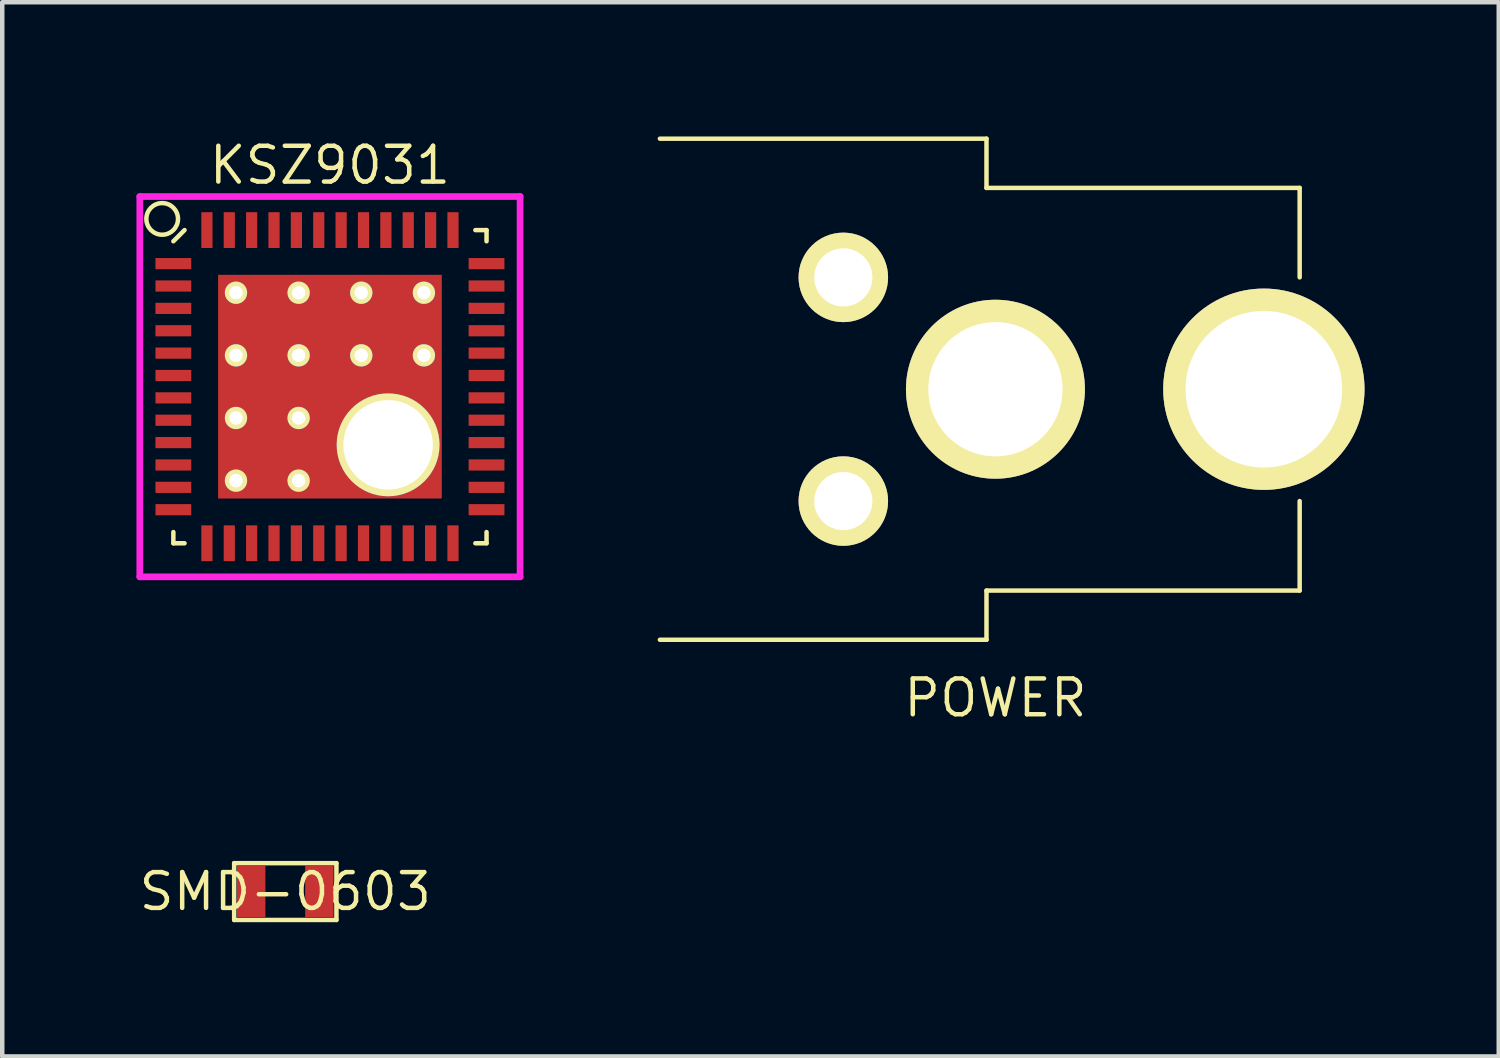
<source format=kicad_pcb>
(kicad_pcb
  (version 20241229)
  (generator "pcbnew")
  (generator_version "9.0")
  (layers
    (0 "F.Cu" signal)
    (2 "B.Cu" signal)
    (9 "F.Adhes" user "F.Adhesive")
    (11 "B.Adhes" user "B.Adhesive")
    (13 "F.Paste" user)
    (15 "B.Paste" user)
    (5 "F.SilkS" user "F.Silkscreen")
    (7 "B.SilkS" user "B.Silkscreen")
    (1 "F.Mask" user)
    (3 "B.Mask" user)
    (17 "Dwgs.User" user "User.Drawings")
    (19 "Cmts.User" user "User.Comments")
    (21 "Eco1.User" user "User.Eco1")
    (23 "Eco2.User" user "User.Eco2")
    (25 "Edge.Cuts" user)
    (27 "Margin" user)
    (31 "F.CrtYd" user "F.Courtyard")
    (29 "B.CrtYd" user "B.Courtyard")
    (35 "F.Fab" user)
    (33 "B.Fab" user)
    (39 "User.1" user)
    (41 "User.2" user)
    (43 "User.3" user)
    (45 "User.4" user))
  (footprint "POWER"
    (layer "F.Cu")
    (at 19.2 5.65)
    (property "Reference" "POWER" (at 0 6.9 0) (layer "F.SilkS") (effects (font (size 0.8 0.8) (thickness 0.1))))
    (attr through_hole)
    (fp_line (start -0.2 -5.6) (end -7.5 -5.6) (stroke (width 0.1) (type solid)) (layer "F.SilkS"))
    (fp_line (start -0.2 -4.5) (end -0.2 -5.6) (stroke (width 0.1) (type solid)) (layer "F.SilkS"))
    (fp_line (start -0.2 -4.5) (end 6.8 -4.5) (stroke (width 0.1) (type solid)) (layer "F.SilkS"))
    (fp_line (start -0.2 4.5) (end -0.2 5.6) (stroke (width 0.1) (type solid)) (layer "F.SilkS"))
    (fp_line (start -0.2 5.6) (end -7.5 5.6) (stroke (width 0.1) (type solid)) (layer "F.SilkS"))
    (fp_line (start 6.8 -4.5) (end 6.8 -2.5) (stroke (width 0.1) (type solid)) (layer "F.SilkS"))
    (fp_line (start 6.8 2.5) (end 6.8 4.5) (stroke (width 0.1) (type solid)) (layer "F.SilkS"))
    (fp_line (start 6.8 4.5) (end -0.2 4.5) (stroke (width 0.1) (type solid)) (layer "F.SilkS"))
    (pad "1" thru_hole circle (at -3.4 2.5) (size 2 2) (drill 1.3) (layers "*.Cu" "*.Mask" "F.SilkS"))
    (pad "1" thru_hole circle (at 6 0) (size 4.5 4.5) (drill 3.5) (layers "*.Cu" "*.Mask" "F.SilkS"))
    (pad "2" thru_hole circle (at -3.4 -2.5) (size 2 2) (drill 1.3) (layers "*.Cu" "*.Mask" "F.SilkS"))
    (pad "2" thru_hole circle (at 0 0) (size 4 4) (drill 3) (layers "*.Cu" "*.Mask" "F.SilkS")))
  (footprint "KSZ9031"
    (layer "F.Cu")
    (at 4.325 5.593)
    (property "Reference" "KSZ9031" (at 0 -4.95 0) (layer "F.SilkS") (effects (font (size 0.8 0.8) (thickness 0.1))))
    (attr through_hole)
    (fp_line (start -3.5 -3.25) (end -3.25 -3.5) (stroke (width 0.1) (type solid)) (layer "F.SilkS"))
    (fp_line (start -3.5 3.5) (end -3.5 3.25) (stroke (width 0.1) (type solid)) (layer "F.SilkS"))
    (fp_line (start -3.25 3.5) (end -3.5 3.5) (stroke (width 0.1) (type solid)) (layer "F.SilkS"))
    (fp_line (start 3.25 -3.5) (end 3.5 -3.5) (stroke (width 0.1) (type solid)) (layer "F.SilkS"))
    (fp_line (start 3.25 3.5) (end 3.5 3.5) (stroke (width 0.1) (type solid)) (layer "F.SilkS"))
    (fp_line (start 3.5 -3.5) (end 3.5 -3.25) (stroke (width 0.1) (type solid)) (layer "F.SilkS"))
    (fp_line (start 3.5 3.5) (end 3.5 3.25) (stroke (width 0.1) (type solid)) (layer "F.SilkS"))
    (fp_circle (center -3.75 -3.75) (end -4 -4) (stroke (width 0.1) (type solid)) (fill no) (layer "F.SilkS"))
    (fp_line (start -4.25 -4.25) (end 4.25 -4.25) (stroke (width 0.15) (type solid)) (layer "F.CrtYd"))
    (fp_line (start -4.25 4.25) (end -4.25 -4.25) (stroke (width 0.15) (type solid)) (layer "F.CrtYd"))
    (fp_line (start 4.25 -4.25) (end 4.25 4.25) (stroke (width 0.15) (type solid)) (layer "F.CrtYd"))
    (fp_line (start 4.25 4.25) (end -4.25 4.25) (stroke (width 0.15) (type solid)) (layer "F.CrtYd"))
    (pad "1" smd rect (at -3.5 -2.75 90) (size 0.25 0.8) (layers "F.Cu" "F.Mask" "F.Paste"))
    (pad "2" smd rect (at -3.5 -2.25 90) (size 0.25 0.8) (layers "F.Cu" "F.Mask" "F.Paste"))
    (pad "3" smd rect (at -3.5 -1.75 90) (size 0.25 0.8) (layers "F.Cu" "F.Mask" "F.Paste"))
    (pad "4" smd rect (at -3.5 -1.25 90) (size 0.25 0.8) (layers "F.Cu" "F.Mask" "F.Paste"))
    (pad "5" smd rect (at -3.5 -0.75 90) (size 0.25 0.8) (layers "F.Cu" "F.Mask" "F.Paste"))
    (pad "6" smd rect (at -3.5 -0.25 90) (size 0.25 0.8) (layers "F.Cu" "F.Mask" "F.Paste"))
    (pad "7" smd rect (at -3.5 0.25 90) (size 0.25 0.8) (layers "F.Cu" "F.Mask" "F.Paste"))
    (pad "8" smd rect (at -3.5 0.75 90) (size 0.25 0.8) (layers "F.Cu" "F.Mask" "F.Paste"))
    (pad "9" smd rect (at -3.5 1.25 90) (size 0.25 0.8) (layers "F.Cu" "F.Mask" "F.Paste"))
    (pad "10" smd rect (at -3.5 1.75 90) (size 0.25 0.8) (layers "F.Cu" "F.Mask" "F.Paste"))
    (pad "11" smd rect (at -3.5 2.25 90) (size 0.25 0.8) (layers "F.Cu" "F.Mask" "F.Paste"))
    (pad "12" smd rect (at -3.5 2.75 90) (size 0.25 0.8) (layers "F.Cu" "F.Mask" "F.Paste"))
    (pad "13" smd rect (at -2.75 3.5) (size 0.25 0.8) (layers "F.Cu" "F.Mask" "F.Paste"))
    (pad "14" smd rect (at -2.25 3.5) (size 0.25 0.8) (layers "F.Cu" "F.Mask" "F.Paste"))
    (pad "15" smd rect (at -1.75 3.5) (size 0.25 0.8) (layers "F.Cu" "F.Mask" "F.Paste"))
    (pad "16" smd rect (at -1.25 3.5) (size 0.25 0.8) (layers "F.Cu" "F.Mask" "F.Paste"))
    (pad "17" smd rect (at -0.75 3.5) (size 0.25 0.8) (layers "F.Cu" "F.Mask" "F.Paste"))
    (pad "18" smd rect (at -0.25 3.5) (size 0.25 0.8) (layers "F.Cu" "F.Mask" "F.Paste"))
    (pad "19" smd rect (at 0.25 3.5) (size 0.25 0.8) (layers "F.Cu" "F.Mask" "F.Paste"))
    (pad "20" smd rect (at 0.75 3.5) (size 0.25 0.8) (layers "F.Cu" "F.Mask" "F.Paste"))
    (pad "21" smd rect (at 1.25 3.5) (size 0.25 0.8) (layers "F.Cu" "F.Mask" "F.Paste"))
    (pad "22" smd rect (at 1.75 3.5) (size 0.25 0.8) (layers "F.Cu" "F.Mask" "F.Paste"))
    (pad "23" smd rect (at 2.25 3.5) (size 0.25 0.8) (layers "F.Cu" "F.Mask" "F.Paste"))
    (pad "24" smd rect (at 2.75 3.5) (size 0.25 0.8) (layers "F.Cu" "F.Mask" "F.Paste"))
    (pad "25" smd rect (at 3.5 2.75 90) (size 0.25 0.8) (layers "F.Cu" "F.Mask" "F.Paste"))
    (pad "26" smd rect (at 3.5 2.25 90) (size 0.25 0.8) (layers "F.Cu" "F.Mask" "F.Paste"))
    (pad "27" smd rect (at 3.5 1.75 90) (size 0.25 0.8) (layers "F.Cu" "F.Mask" "F.Paste"))
    (pad "28" smd rect (at 3.5 1.25 90) (size 0.25 0.8) (layers "F.Cu" "F.Mask" "F.Paste"))
    (pad "29" smd rect (at 3.5 0.75 90) (size 0.25 0.8) (layers "F.Cu" "F.Mask" "F.Paste"))
    (pad "30" smd rect (at 3.5 0.25 90) (size 0.25 0.8) (layers "F.Cu" "F.Mask" "F.Paste"))
    (pad "31" smd rect (at 3.5 -0.25 90) (size 0.25 0.8) (layers "F.Cu" "F.Mask" "F.Paste"))
    (pad "32" smd rect (at 3.5 -0.75 90) (size 0.25 0.8) (layers "F.Cu" "F.Mask" "F.Paste"))
    (pad "33" smd rect (at 3.5 -1.25 90) (size 0.25 0.8) (layers "F.Cu" "F.Mask" "F.Paste"))
    (pad "34" smd rect (at 3.5 -1.75 90) (size 0.25 0.8) (layers "F.Cu" "F.Mask" "F.Paste"))
    (pad "35" smd rect (at 3.5 -2.25 90) (size 0.25 0.8) (layers "F.Cu" "F.Mask" "F.Paste"))
    (pad "36" smd rect (at 3.5 -2.75 90) (size 0.25 0.8) (layers "F.Cu" "F.Mask" "F.Paste"))
    (pad "37" smd rect (at 2.75 -3.5) (size 0.25 0.8) (layers "F.Cu" "F.Mask" "F.Paste"))
    (pad "38" smd rect (at 2.25 -3.5) (size 0.25 0.8) (layers "F.Cu" "F.Mask" "F.Paste"))
    (pad "39" smd rect (at 1.75 -3.5) (size 0.25 0.8) (layers "F.Cu" "F.Mask" "F.Paste"))
    (pad "40" smd rect (at 1.25 -3.5) (size 0.25 0.8) (layers "F.Cu" "F.Mask" "F.Paste"))
    (pad "41" smd rect (at 0.75 -3.5) (size 0.25 0.8) (layers "F.Cu" "F.Mask" "F.Paste"))
    (pad "42" smd rect (at 0.25 -3.5) (size 0.25 0.8) (layers "F.Cu" "F.Mask" "F.Paste"))
    (pad "43" smd rect (at -0.25 -3.5) (size 0.25 0.8) (layers "F.Cu" "F.Mask" "F.Paste"))
    (pad "44" smd rect (at -0.75 -3.5) (size 0.25 0.8) (layers "F.Cu" "F.Mask" "F.Paste"))
    (pad "45" smd rect (at -1.25 -3.5) (size 0.25 0.8) (layers "F.Cu" "F.Mask" "F.Paste"))
    (pad "46" smd rect (at -1.75 -3.5) (size 0.25 0.8) (layers "F.Cu" "F.Mask" "F.Paste"))
    (pad "47" smd rect (at -2.25 -3.5) (size 0.25 0.8) (layers "F.Cu" "F.Mask" "F.Paste"))
    (pad "48" smd rect (at -2.75 -3.5) (size 0.25 0.8) (layers "F.Cu" "F.Mask" "F.Paste"))
    (pad "49" thru_hole circle (at -2.1 -2.1) (size 0.5 0.5) (drill 0.3) (layers "*.Cu" "*.Mask" "F.SilkS"))
    (pad "49" thru_hole circle (at -2.1 -0.7) (size 0.5 0.5) (drill 0.3) (layers "*.Cu" "*.Mask" "F.SilkS"))
    (pad "49" thru_hole circle (at -2.1 0.7) (size 0.5 0.5) (drill 0.3) (layers "*.Cu" "*.Mask" "F.SilkS"))
    (pad "49" thru_hole circle (at -2.1 2.1) (size 0.5 0.5) (drill 0.3) (layers "*.Cu" "*.Mask" "F.SilkS"))
    (pad "49" thru_hole circle (at -0.7 -2.1) (size 0.5 0.5) (drill 0.3) (layers "*.Cu" "*.Mask" "F.SilkS"))
    (pad "49" thru_hole circle (at -0.7 -0.7) (size 0.5 0.5) (drill 0.3) (layers "*.Cu" "*.Mask" "F.SilkS"))
    (pad "49" thru_hole circle (at -0.7 0.7) (size 0.5 0.5) (drill 0.3) (layers "*.Cu" "*.Mask" "F.SilkS"))
    (pad "49" thru_hole circle (at -0.7 2.1) (size 0.5 0.5) (drill 0.3) (layers "*.Cu" "*.Mask" "F.SilkS"))
    (pad "49" smd rect (at 0 0) (size 5 5) (layers "F.Cu" "F.Mask"))
    (pad "49" thru_hole circle (at 0.7 -2.1) (size 0.5 0.5) (drill 0.3) (layers "*.Cu" "*.Mask" "F.SilkS"))
    (pad "49" thru_hole circle (at 0.7 -0.7) (size 0.5 0.5) (drill 0.3) (layers "*.Cu" "*.Mask" "F.SilkS"))
    (pad "49" thru_hole circle (at 1.3 1.3) (size 2.3 2.3) (drill 2) (layers "*.Cu" "*.Mask" "F.SilkS"))
    (pad "49" thru_hole circle (at 2.1 -2.1) (size 0.5 0.5) (drill 0.3) (layers "*.Cu" "*.Mask" "F.SilkS"))
    (pad "49" thru_hole circle (at 2.1 -0.7) (size 0.5 0.5) (drill 0.3) (layers "*.Cu" "*.Mask" "F.SilkS")))
  (footprint "SMD-0603"
    (layer "F.Cu")
    (at 3.327 16.878)
    (property "Reference" "SMD-0603" (at 0 0 0) (layer "F.SilkS") (effects (font (size 0.8 0.8) (thickness 0.1))))
    (attr smd)
    (fp_line (start -1.143 -0.635) (end 1.143 -0.635) (stroke (width 0.1) (type solid)) (layer "F.SilkS"))
    (fp_line (start -1.143 0.635) (end -1.143 -0.635) (stroke (width 0.1) (type solid)) (layer "F.SilkS"))
    (fp_line (start 1.143 -0.635) (end 1.143 0.635) (stroke (width 0.1) (type solid)) (layer "F.SilkS"))
    (fp_line (start 1.143 0.635) (end -1.143 0.635) (stroke (width 0.1) (type solid)) (layer "F.SilkS"))
    (pad "1" smd rect (at -0.762 0) (size 0.635 1.143) (layers "F.Cu" "F.Mask" "F.Paste"))
    (pad "2" smd rect (at 0.762 0) (size 0.635 1.143) (layers "F.Cu" "F.Mask" "F.Paste")))
  (gr_rect
    (start -3 -3)
    (end 30.45 20.564)
    (stroke (width 0.1) (type default))
    (fill no)
    (layer "Edge.Cuts")))
</source>
